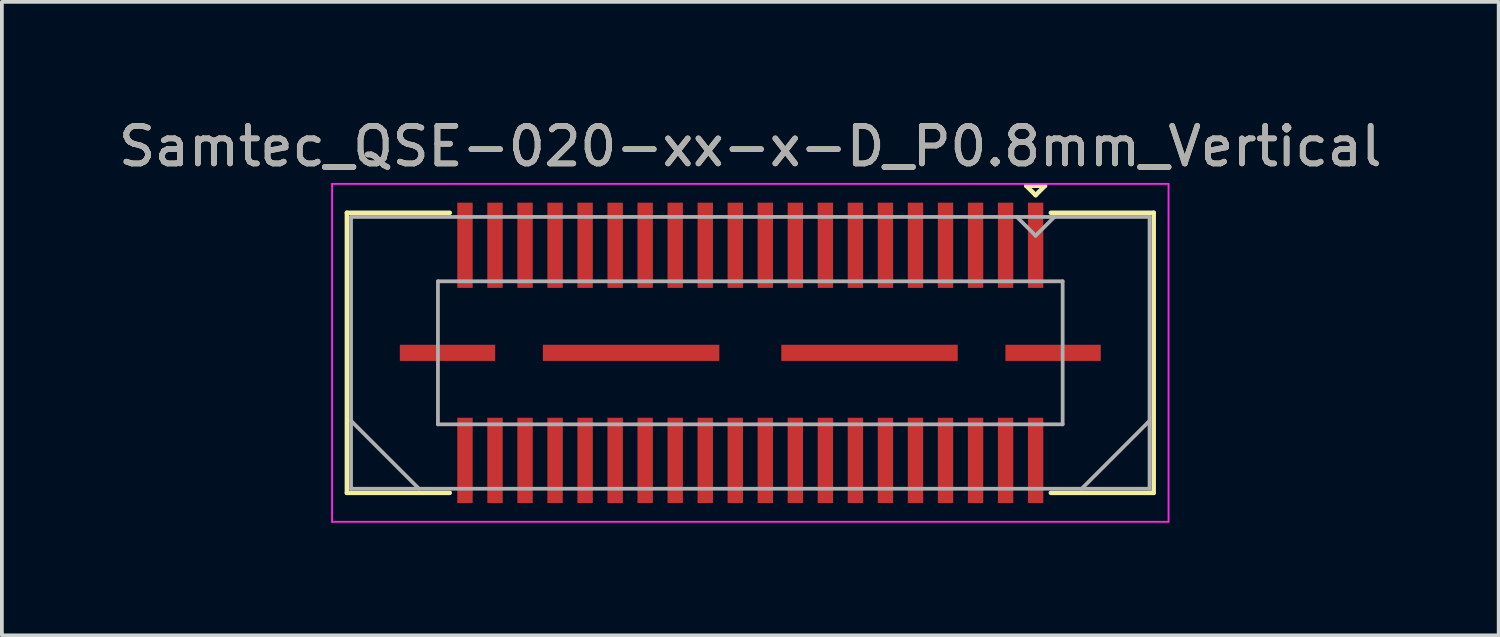
<source format=kicad_pcb>
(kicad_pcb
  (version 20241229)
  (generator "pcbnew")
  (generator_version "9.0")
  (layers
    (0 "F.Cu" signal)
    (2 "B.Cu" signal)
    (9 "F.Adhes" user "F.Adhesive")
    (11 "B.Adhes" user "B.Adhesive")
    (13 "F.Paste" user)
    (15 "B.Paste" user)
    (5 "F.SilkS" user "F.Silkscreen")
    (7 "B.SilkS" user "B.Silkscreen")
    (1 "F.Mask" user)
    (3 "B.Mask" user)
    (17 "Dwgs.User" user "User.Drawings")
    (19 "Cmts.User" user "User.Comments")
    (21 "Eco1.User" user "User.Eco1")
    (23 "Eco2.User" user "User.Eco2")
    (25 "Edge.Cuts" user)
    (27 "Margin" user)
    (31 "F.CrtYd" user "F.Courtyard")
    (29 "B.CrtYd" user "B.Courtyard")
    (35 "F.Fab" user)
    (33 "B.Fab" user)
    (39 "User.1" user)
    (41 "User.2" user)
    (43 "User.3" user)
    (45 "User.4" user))
  (footprint "Samtec_QSE-020-xx-x-D_P0.8mm_Vertical"
    (layer "F.Cu")
    (at 16.935 6.348)
    (property "Reference" "Samtec_QSE-020-xx-x-D_P0.8mm_Vertical" (at 0 -5.5 0) (layer "F.SilkS") (effects (font (size 1 1) (thickness 0.15))))
    (attr smd)
    (fp_line (start -10.745 -3.73) (end -8.005 -3.73) (stroke (width 0.12) (type solid)) (layer "F.SilkS"))
    (fp_line (start -10.745 3.73) (end -10.745 -3.73) (stroke (width 0.12) (type solid)) (layer "F.SilkS"))
    (fp_line (start -8.005 3.73) (end -10.745 3.73) (stroke (width 0.12) (type solid)) (layer "F.SilkS"))
    (fp_line (start 7.35 -4.45) (end 7.85 -4.45) (stroke (width 0.12) (type solid)) (layer "F.SilkS"))
    (fp_line (start 7.6 -4.2) (end 7.35 -4.45) (stroke (width 0.12) (type solid)) (layer "F.SilkS"))
    (fp_line (start 7.85 -4.45) (end 7.6 -4.2) (stroke (width 0.12) (type solid)) (layer "F.SilkS"))
    (fp_line (start 8.005 3.73) (end 10.745 3.73) (stroke (width 0.12) (type solid)) (layer "F.SilkS"))
    (fp_line (start 10.745 -3.73) (end 8.005 -3.73) (stroke (width 0.12) (type solid)) (layer "F.SilkS"))
    (fp_line (start 10.745 3.73) (end 10.745 -3.73) (stroke (width 0.12) (type solid)) (layer "F.SilkS"))
    (fp_line (start -11.14 -4.5) (end -11.14 4.5) (stroke (width 0.05) (type solid)) (layer "F.CrtYd"))
    (fp_line (start -11.14 4.5) (end 11.14 4.5) (stroke (width 0.05) (type solid)) (layer "F.CrtYd"))
    (fp_line (start 11.14 -4.5) (end -11.14 -4.5) (stroke (width 0.05) (type solid)) (layer "F.CrtYd"))
    (fp_line (start 11.14 4.5) (end 11.14 -4.5) (stroke (width 0.05) (type solid)) (layer "F.CrtYd"))
    (fp_line (start -10.635 -3.62) (end -10.635 3.62) (stroke (width 0.1) (type solid)) (layer "F.Fab"))
    (fp_line (start -10.635 1.81) (end -8.825 3.62) (stroke (width 0.1) (type solid)) (layer "F.Fab"))
    (fp_line (start -10.635 3.62) (end 10.635 3.62) (stroke (width 0.1) (type solid)) (layer "F.Fab"))
    (fp_line (start -8.32 -1.905) (end -8.32 1.905) (stroke (width 0.1) (type solid)) (layer "F.Fab"))
    (fp_line (start -8.32 1.905) (end 8.32 1.905) (stroke (width 0.1) (type solid)) (layer "F.Fab"))
    (fp_line (start 7.6 -3.12) (end 7.1 -3.62) (stroke (width 0.1) (type solid)) (layer "F.Fab"))
    (fp_line (start 8.1 -3.62) (end 7.6 -3.12) (stroke (width 0.1) (type solid)) (layer "F.Fab"))
    (fp_line (start 8.32 -1.905) (end -8.32 -1.905) (stroke (width 0.1) (type solid)) (layer "F.Fab"))
    (fp_line (start 8.32 1.905) (end 8.32 -1.905) (stroke (width 0.1) (type solid)) (layer "F.Fab"))
    (fp_line (start 10.635 -3.62) (end -10.635 -3.62) (stroke (width 0.1) (type solid)) (layer "F.Fab"))
    (fp_line (start 10.635 1.81) (end 8.825 3.62) (stroke (width 0.1) (type solid)) (layer "F.Fab"))
    (fp_line (start 10.635 3.62) (end 10.635 -3.62) (stroke (width 0.1) (type solid)) (layer "F.Fab"))
    (fp_text user "${REFERENCE}" (at 0 -5.5 0) (layer "F.Fab") (effects (font (size 1 1) (thickness 0.15))))
    (pad "1" smd rect (at 7.6 -2.865) (size 0.41 2.27) (layers "F.Cu" "F.Mask" "F.Paste"))
    (pad "2" smd rect (at 7.6 2.865) (size 0.41 2.27) (layers "F.Cu" "F.Mask" "F.Paste"))
    (pad "3" smd rect (at 6.8 -2.865) (size 0.41 2.27) (layers "F.Cu" "F.Mask" "F.Paste"))
    (pad "4" smd rect (at 6.8 2.865) (size 0.41 2.27) (layers "F.Cu" "F.Mask" "F.Paste"))
    (pad "5" smd rect (at 6 -2.865) (size 0.41 2.27) (layers "F.Cu" "F.Mask" "F.Paste"))
    (pad "6" smd rect (at 6 2.865) (size 0.41 2.27) (layers "F.Cu" "F.Mask" "F.Paste"))
    (pad "7" smd rect (at 5.2 -2.865) (size 0.41 2.27) (layers "F.Cu" "F.Mask" "F.Paste"))
    (pad "8" smd rect (at 5.2 2.865) (size 0.41 2.27) (layers "F.Cu" "F.Mask" "F.Paste"))
    (pad "9" smd rect (at 4.4 -2.865) (size 0.41 2.27) (layers "F.Cu" "F.Mask" "F.Paste"))
    (pad "10" smd rect (at 4.4 2.865) (size 0.41 2.27) (layers "F.Cu" "F.Mask" "F.Paste"))
    (pad "11" smd rect (at 3.6 -2.865) (size 0.41 2.27) (layers "F.Cu" "F.Mask" "F.Paste"))
    (pad "12" smd rect (at 3.6 2.865) (size 0.41 2.27) (layers "F.Cu" "F.Mask" "F.Paste"))
    (pad "13" smd rect (at 2.8 -2.865) (size 0.41 2.27) (layers "F.Cu" "F.Mask" "F.Paste"))
    (pad "14" smd rect (at 2.8 2.865) (size 0.41 2.27) (layers "F.Cu" "F.Mask" "F.Paste"))
    (pad "15" smd rect (at 2 -2.865) (size 0.41 2.27) (layers "F.Cu" "F.Mask" "F.Paste"))
    (pad "16" smd rect (at 2 2.865) (size 0.41 2.27) (layers "F.Cu" "F.Mask" "F.Paste"))
    (pad "17" smd rect (at 1.2 -2.865) (size 0.41 2.27) (layers "F.Cu" "F.Mask" "F.Paste"))
    (pad "18" smd rect (at 1.2 2.865) (size 0.41 2.27) (layers "F.Cu" "F.Mask" "F.Paste"))
    (pad "19" smd rect (at 0.4 -2.865) (size 0.41 2.27) (layers "F.Cu" "F.Mask" "F.Paste"))
    (pad "20" smd rect (at 0.4 2.865) (size 0.41 2.27) (layers "F.Cu" "F.Mask" "F.Paste"))
    (pad "21" smd rect (at -0.4 -2.865) (size 0.41 2.27) (layers "F.Cu" "F.Mask" "F.Paste"))
    (pad "22" smd rect (at -0.4 2.865) (size 0.41 2.27) (layers "F.Cu" "F.Mask" "F.Paste"))
    (pad "23" smd rect (at -1.2 -2.865) (size 0.41 2.27) (layers "F.Cu" "F.Mask" "F.Paste"))
    (pad "24" smd rect (at -1.2 2.865) (size 0.41 2.27) (layers "F.Cu" "F.Mask" "F.Paste"))
    (pad "25" smd rect (at -2 -2.865) (size 0.41 2.27) (layers "F.Cu" "F.Mask" "F.Paste"))
    (pad "26" smd rect (at -2 2.865) (size 0.41 2.27) (layers "F.Cu" "F.Mask" "F.Paste"))
    (pad "27" smd rect (at -2.8 -2.865) (size 0.41 2.27) (layers "F.Cu" "F.Mask" "F.Paste"))
    (pad "28" smd rect (at -2.8 2.865) (size 0.41 2.27) (layers "F.Cu" "F.Mask" "F.Paste"))
    (pad "29" smd rect (at -3.6 -2.865) (size 0.41 2.27) (layers "F.Cu" "F.Mask" "F.Paste"))
    (pad "30" smd rect (at -3.6 2.865) (size 0.41 2.27) (layers "F.Cu" "F.Mask" "F.Paste"))
    (pad "31" smd rect (at -4.4 -2.865) (size 0.41 2.27) (layers "F.Cu" "F.Mask" "F.Paste"))
    (pad "32" smd rect (at -4.4 2.865) (size 0.41 2.27) (layers "F.Cu" "F.Mask" "F.Paste"))
    (pad "33" smd rect (at -5.2 -2.865) (size 0.41 2.27) (layers "F.Cu" "F.Mask" "F.Paste"))
    (pad "34" smd rect (at -5.2 2.865) (size 0.41 2.27) (layers "F.Cu" "F.Mask" "F.Paste"))
    (pad "35" smd rect (at -6 -2.865) (size 0.41 2.27) (layers "F.Cu" "F.Mask" "F.Paste"))
    (pad "36" smd rect (at -6 2.865) (size 0.41 2.27) (layers "F.Cu" "F.Mask" "F.Paste"))
    (pad "37" smd rect (at -6.8 -2.865) (size 0.41 2.27) (layers "F.Cu" "F.Mask" "F.Paste"))
    (pad "38" smd rect (at -6.8 2.865) (size 0.41 2.27) (layers "F.Cu" "F.Mask" "F.Paste"))
    (pad "39" smd rect (at -7.6 -2.865) (size 0.41 2.27) (layers "F.Cu" "F.Mask" "F.Paste"))
    (pad "40" smd rect (at -7.6 2.865) (size 0.41 2.27) (layers "F.Cu" "F.Mask" "F.Paste"))
    (pad "P1" smd rect (at -8.065 0) (size 2.54 0.43) (layers "F.Cu" "F.Mask" "F.Paste"))
    (pad "P1" smd rect (at -3.175 0) (size 4.7 0.43) (layers "F.Cu" "F.Mask" "F.Paste"))
    (pad "P1" smd rect (at 3.175 0) (size 4.7 0.43) (layers "F.Cu" "F.Mask" "F.Paste"))
    (pad "P1" smd rect (at 8.065 0) (size 2.54 0.43) (layers "F.Cu" "F.Mask" "F.Paste")))
  (gr_rect
    (start -3 -3)
    (end 36.869 13.873)
    (stroke (width 0.1) (type default))
    (fill no)
    (layer "Edge.Cuts")))
</source>
